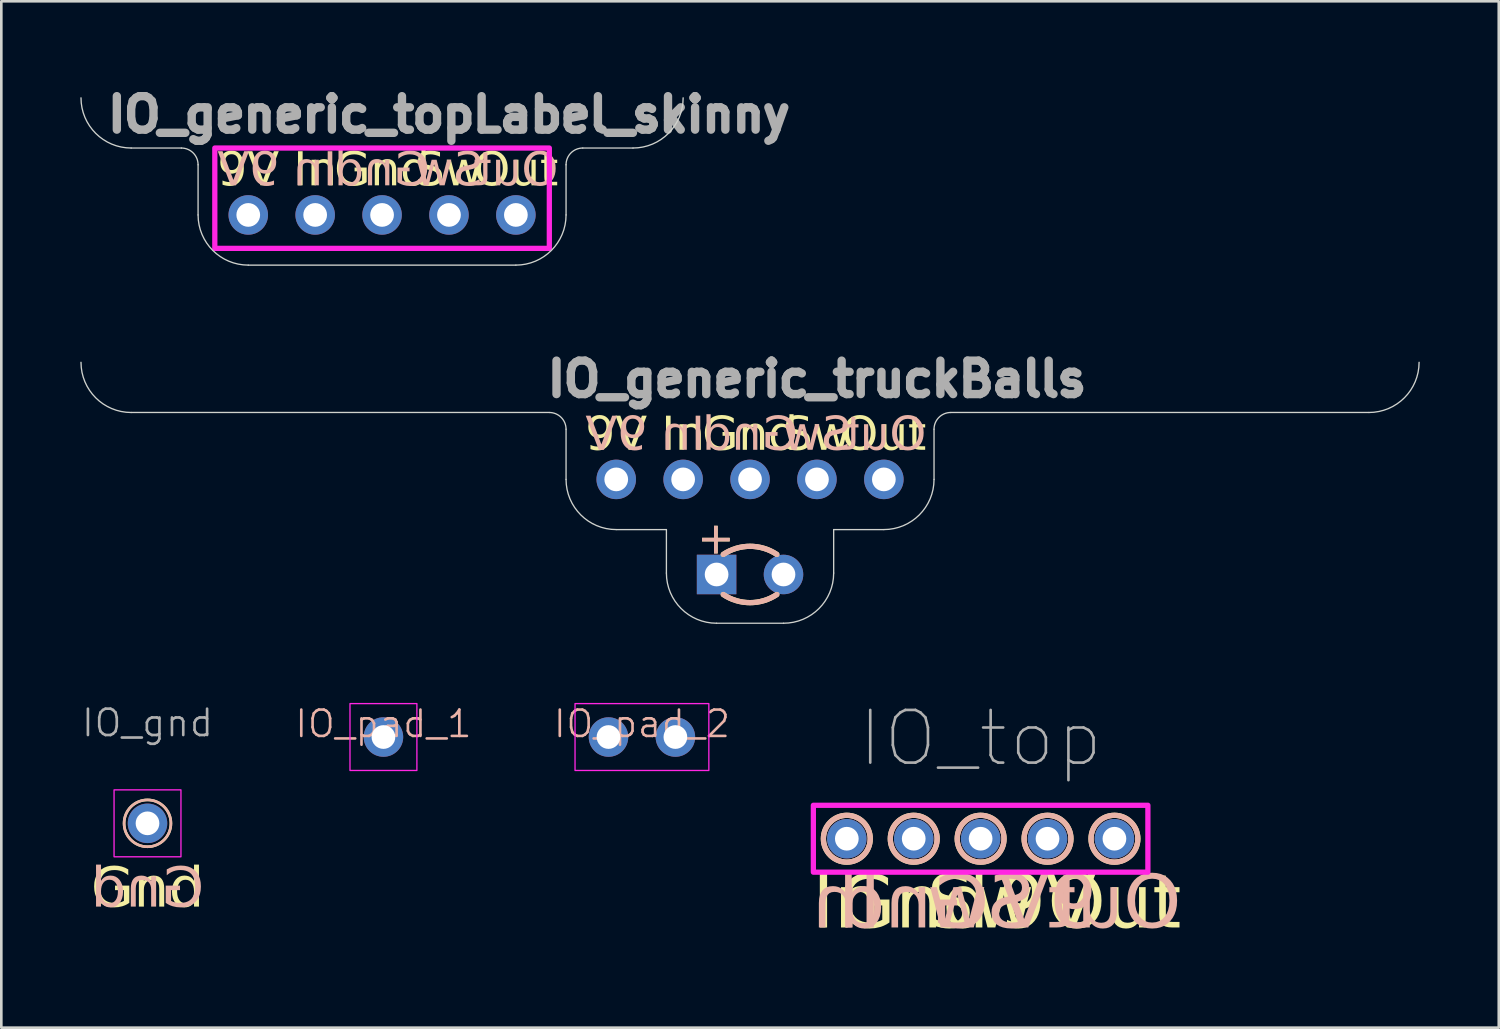
<source format=kicad_pcb>
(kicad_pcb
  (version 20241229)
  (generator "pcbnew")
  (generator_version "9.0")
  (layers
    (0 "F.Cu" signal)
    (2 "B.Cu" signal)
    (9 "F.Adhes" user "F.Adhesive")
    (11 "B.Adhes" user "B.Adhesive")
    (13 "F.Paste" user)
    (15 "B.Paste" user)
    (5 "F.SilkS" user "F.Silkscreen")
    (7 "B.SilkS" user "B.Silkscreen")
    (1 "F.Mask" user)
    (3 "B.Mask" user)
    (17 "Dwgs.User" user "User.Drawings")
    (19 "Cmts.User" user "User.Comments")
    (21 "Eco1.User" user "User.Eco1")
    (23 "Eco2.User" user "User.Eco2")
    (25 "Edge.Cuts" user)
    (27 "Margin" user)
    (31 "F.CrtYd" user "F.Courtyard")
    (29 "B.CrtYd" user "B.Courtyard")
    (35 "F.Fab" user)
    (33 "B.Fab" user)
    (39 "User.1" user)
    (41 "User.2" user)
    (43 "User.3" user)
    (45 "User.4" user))
  (footprint "IO_gnd"
    (layer "F.Cu")
    (at 2.55 28.207)
    (property "Reference" "IO_gnd" (at 0 -3.81 0) (unlocked yes) (layer "F.Fab") (effects (font (size 1 1) (thickness 0.1))))
    (attr through_hole)
    (fp_circle (center 0 0) (end -0.889 0) (stroke (width 0.1) (type default)) (fill no) (layer "F.SilkS"))
    (fp_circle (center 0 0) (end 0.889 0) (stroke (width 0.1) (type default)) (fill no) (layer "B.SilkS"))
    (fp_rect (start -1.27 -1.27) (end 1.27 1.27) (stroke (width 0.05) (type default)) (fill no) (layer "F.CrtYd"))
    (fp_text user "Gnd" (at 0 2.54 0) (unlocked yes) (layer "F.SilkS") (effects (font (face "Milk Run") (size 1.5 1.5) (thickness 0.15))))
    (fp_text user "Gnd" (at 0 2.54 0) (layer "B.SilkS") (effects (font (face "Milk Run") (size 1.5 1.5) (thickness 0.15)) (justify mirror)))
    (pad "1" thru_hole circle (at 0 0) (size 1.5 1.5) (drill 0.9) (layers "*.Cu" "*.Mask")))
  (footprint "IO_pad_1"
    (layer "F.Cu")
    (at 11.507 24.931)
    (property "Reference" "IO_pad_1" (at 0 -0.5 0) (unlocked yes) (layer "B.SilkS") (effects (font (size 1 1) (thickness 0.1))))
    (attr through_hole)
    (fp_rect (start -1.27 -1.27) (end 1.27 1.27) (stroke (width 0.05) (type solid)) (fill no) (layer "F.CrtYd"))
    (pad "1" thru_hole circle (at 0 0) (size 1.5 1.5) (drill 0.9) (layers "*.Cu" "*.Mask")))
  (footprint "IO_top"
    (layer "F.Cu")
    (at 34.179 28.792)
    (property "Reference" "IO_top" (at 0 -3.81 0) (unlocked yes) (layer "F.Fab") (effects (font (size 2 2) (thickness 0.1))))
    (attr through_hole)
    (fp_circle (center -5.08 0) (end -5.969 0) (stroke (width 0.2) (type default)) (fill no) (layer "F.SilkS"))
    (fp_circle (center -2.54 0) (end -3.429 0) (stroke (width 0.2) (type default)) (fill no) (layer "F.SilkS"))
    (fp_circle (center 0 0) (end -0.889 0) (stroke (width 0.2) (type default)) (fill no) (layer "F.SilkS"))
    (fp_circle (center 2.54 0) (end 1.651 0) (stroke (width 0.2) (type default)) (fill no) (layer "F.SilkS"))
    (fp_circle (center 5.08 0) (end 4.191 0) (stroke (width 0.2) (type default)) (fill no) (layer "F.SilkS"))
    (fp_circle (center -5.08 0) (end -4.191 0) (stroke (width 0.2) (type default)) (fill no) (layer "B.SilkS"))
    (fp_circle (center -2.54 0) (end -1.651 0) (stroke (width 0.2) (type default)) (fill no) (layer "B.SilkS"))
    (fp_circle (center 0 0) (end 0.889 0) (stroke (width 0.2) (type default)) (fill no) (layer "B.SilkS"))
    (fp_circle (center 2.54 0) (end 3.429 0) (stroke (width 0.2) (type default)) (fill no) (layer "B.SilkS"))
    (fp_circle (center 5.08 0) (end 5.969 0) (stroke (width 0.2) (type default)) (fill no) (layer "B.SilkS"))
    (fp_rect (start -6.35 -1.27) (end 6.35 1.27) (stroke (width 0.2) (type default)) (fill no) (layer "F.CrtYd"))
    (fp_text user "9V" (at 2.54 2.54 0) (unlocked yes) (layer "F.SilkS") (effects (font (face "Milk Run") (size 2 2) (thickness 0.15))))
    (fp_text user "Gnd" (at -2.54 2.54 0) (unlocked yes) (layer "F.SilkS") (effects (font (face "Milk Run") (size 2 2) (thickness 0.15))))
    (fp_text user "In" (at -5.08 2.54 0) (unlocked yes) (layer "F.SilkS") (effects (font (face "Milk Run") (size 2 2) (thickness 0.15))))
    (fp_text user "Out" (at 5.08 2.54 0) (unlocked yes) (layer "F.SilkS") (effects (font (face "Milk Run") (size 2 2) (thickness 0.15))))
    (fp_text user "Sw" (at 0 2.54 0) (unlocked yes) (layer "F.SilkS") (effects (font (face "Milk Run") (size 2 2) (thickness 0.15))))
    (fp_text user "Sw" (at 0 2.54 0) (unlocked yes) (layer "B.SilkS") (effects (font (face "Milk Run") (size 2 2) (thickness 0.15)) (justify mirror)))
    (fp_text user "In" (at -5.08 2.54 0) (unlocked yes) (layer "B.SilkS") (effects (font (face "Milk Run") (size 2 2) (thickness 0.15)) (justify mirror)))
    (fp_text user "9V" (at 2.54 2.54 0) (unlocked yes) (layer "B.SilkS") (effects (font (face "Milk Run") (size 2 2) (thickness 0.15)) (justify mirror)))
    (fp_text user "Gnd" (at -2.54 2.54 0) (unlocked yes) (layer "B.SilkS") (effects (font (face "Milk Run") (size 2 2) (thickness 0.15)) (justify mirror)))
    (fp_text user "Out" (at 5.08 2.54 0) (unlocked yes) (layer "B.SilkS") (effects (font (face "Milk Run") (size 2 2) (thickness 0.15)) (justify mirror)))
    (pad "1" thru_hole circle (at -5.08 0) (size 1.5 1.5) (drill 0.9) (layers "*.Cu" "*.Mask"))
    (pad "2" thru_hole circle (at -2.54 0) (size 1.5 1.5) (drill 0.9) (layers "*.Cu" "*.Mask"))
    (pad "3" thru_hole circle (at 0 0) (size 1.5 1.5) (drill 0.9) (layers "*.Cu" "*.Mask"))
    (pad "4" thru_hole circle (at 2.54 0) (size 1.5 1.5) (drill 0.9) (layers "*.Cu" "*.Mask"))
    (pad "5" thru_hole circle (at 5.08 0) (size 1.5 1.5) (drill 0.9) (layers "*.Cu" "*.Mask")))
  (footprint "IO_generic_truckBalls"
    (layer "F.Cu")
    (at 25.425 15.15)
    (property "Reference" "IO_generic_truckBalls" (at 2.54 -3.81 0) (unlocked yes) (layer "F.Fab") (effects (font (size 1.27 1.27) (thickness 0.318))))
    (attr through_hole)
    (fp_arc (start -1.016 2.84762) (mid 0 2.54) (end 1.016 2.84762) (stroke (width 0.2) (type default)) (layer "F.SilkS"))
    (fp_arc (start 1.016 4.37162) (mid 0 4.67924) (end -1.016 4.37162) (stroke (width 0.2) (type default)) (layer "F.SilkS"))
    (fp_arc (start -1.016 2.84762) (mid 0 2.54) (end 1.016 2.84762) (stroke (width 0.2) (type default)) (layer "B.SilkS"))
    (fp_arc (start 1.016 4.37162) (mid 0 4.67924) (end -1.016 4.37162) (stroke (width 0.2) (type default)) (layer "B.SilkS"))
    (fp_line (start -7.62 -2.54) (end -23.495 -2.54) (stroke (width 0.05) (type default)) (layer "Edge.Cuts"))
    (fp_line (start -6.985 0) (end -6.985 -1.905) (stroke (width 0.05) (type default)) (layer "Edge.Cuts"))
    (fp_line (start -3.175 1.905) (end -5.08 1.905) (stroke (width 0.05) (type default)) (layer "Edge.Cuts"))
    (fp_line (start -3.175 3.556) (end -3.175 1.905) (stroke (width 0.05) (type default)) (layer "Edge.Cuts"))
    (fp_line (start 1.27 5.461) (end -1.27 5.461) (stroke (width 0.05) (type default)) (layer "Edge.Cuts"))
    (fp_line (start 3.175 3.556) (end 3.175 1.905) (stroke (width 0.05) (type default)) (layer "Edge.Cuts"))
    (fp_line (start 5.08 1.905) (end 3.175 1.905) (stroke (width 0.05) (type default)) (layer "Edge.Cuts"))
    (fp_line (start 6.985 -1.905) (end 6.985 0) (stroke (width 0.05) (type default)) (layer "Edge.Cuts"))
    (fp_line (start 23.495 -2.54) (end 7.62 -2.54) (stroke (width 0.05) (type default)) (layer "Edge.Cuts"))
    (fp_arc (start -23.495 -2.54) (mid -24.842038 -3.097962) (end -25.4 -4.445) (stroke (width 0.05) (type default)) (layer "Edge.Cuts"))
    (fp_arc (start -7.62 -2.54) (mid -7.170987 -2.354013) (end -6.985 -1.905) (stroke (width 0.05) (type default)) (layer "Edge.Cuts"))
    (fp_arc (start -5.08 1.905) (mid -6.427038 1.347038) (end -6.985 0) (stroke (width 0.05) (type default)) (layer "Edge.Cuts"))
    (fp_arc (start -1.27 5.461) (mid -2.617038 4.903038) (end -3.175 3.556) (stroke (width 0.05) (type default)) (layer "Edge.Cuts"))
    (fp_arc (start 3.175 3.556) (mid 2.617038 4.903038) (end 1.27 5.461) (stroke (width 0.05) (type default)) (layer "Edge.Cuts"))
    (fp_arc (start 6.985 -1.905) (mid 7.170987 -2.354013) (end 7.62 -2.54) (stroke (width 0.05) (type default)) (layer "Edge.Cuts"))
    (fp_arc (start 6.985 0) (mid 6.427038 1.347038) (end 5.08 1.905) (stroke (width 0.05) (type default)) (layer "Edge.Cuts"))
    (fp_arc (start 25.4 -4.445) (mid 24.842038 -3.097962) (end 23.495 -2.54) (stroke (width 0.05) (type default)) (layer "Edge.Cuts"))
    (fp_text user "9V" (at -5.08 -1.651 0) (unlocked yes) (layer "F.SilkS") (effects (font (face "Milk Run") (size 1.27 1.27) (thickness 1.27))))
    (fp_text user "Gnd" (at 0 -1.651 0) (unlocked yes) (layer "F.SilkS") (effects (font (face "Milk Run") (size 1.27 1.27) (thickness 1.27))))
    (fp_text user "+" (at -1.27 2.286 90) (unlocked yes) (layer "F.SilkS") (effects (font (face "Milk Run") (size 1.2 1.2) (thickness 0.1))))
    (fp_text user "Out" (at 5.08 -1.651 0) (unlocked yes) (layer "F.SilkS") (effects (font (face "Milk Run") (size 1.27 1.27) (thickness 1.27))))
    (fp_text user "In" (at -2.54 -1.651 0) (unlocked yes) (layer "F.SilkS") (effects (font (face "Milk Run") (size 1.27 1.27) (thickness 1.27))))
    (fp_text user "Sw" (at 2.54 -1.651 0) (unlocked yes) (layer "F.SilkS") (effects (font (face "Milk Run") (size 1.27 1.27) (thickness 1.27))))
    (fp_text user "In" (at -2.54 -1.651 0) (unlocked yes) (layer "B.SilkS") (effects (font (face "Milk Run") (size 1.27 1.27) (thickness 1.27)) (justify mirror)))
    (fp_text user "+" (at -1.27 2.286 90) (unlocked yes) (layer "B.SilkS") (effects (font (face "Milk Run") (size 1.2 1.2) (thickness 0.1)) (justify mirror)))
    (fp_text user "Sw" (at 2.54 -1.651 0) (unlocked yes) (layer "B.SilkS") (effects (font (face "Milk Run") (size 1.27 1.27) (thickness 1.27)) (justify mirror)))
    (fp_text user "9V" (at -5.08 -1.651 0) (unlocked yes) (layer "B.SilkS") (effects (font (face "Milk Run") (size 1.27 1.27) (thickness 1.27)) (justify mirror)))
    (fp_text user "Gnd" (at 0 -1.651 0) (unlocked yes) (layer "B.SilkS") (effects (font (face "Milk Run") (size 1.27 1.27) (thickness 1.27)) (justify mirror)))
    (fp_text user "Out" (at 5.08 -1.651 0) (unlocked yes) (layer "B.SilkS") (effects (font (face "Milk Run") (size 1.27 1.27) (thickness 1.27)) (justify mirror)))
    (pad "1" thru_hole circle (at -5.08 0) (size 1.5 1.5) (drill 0.9) (layers "*.Cu" "*.Mask"))
    (pad "2" thru_hole circle (at -2.54 0) (size 1.5 1.5) (drill 0.9) (layers "*.Cu" "*.Mask"))
    (pad "3" thru_hole circle (at 0 0) (size 1.5 1.5) (drill 0.9) (layers "*.Cu" "*.Mask"))
    (pad "4" thru_hole circle (at 1.27 3.61) (size 1.5 1.5) (drill 0.9) (layers "*.Cu" "*.Mask"))
    (pad "4" thru_hole circle (at 2.54 0) (size 1.5 1.5) (drill 0.9) (layers "*.Cu" "*.Mask"))
    (pad "5" thru_hole circle (at 5.08 0) (size 1.5 1.5) (drill 0.9) (layers "*.Cu" "*.Mask"))
    (pad "6" thru_hole rect (at -1.27 3.61) (size 1.5 1.5) (drill 0.9) (layers "*.Cu" "*.Mask")))
  (footprint "IO_generic_topLabel_skinny"
    (layer "F.Cu")
    (at 11.455 5.11)
    (property "Reference" "IO_generic_topLabel_skinny" (at 2.54 -3.81 0) (unlocked yes) (layer "F.Fab") (effects (font (size 1.27 1.27) (thickness 0.318))))
    (attr through_hole)
    (fp_line (start -7.62 -2.54) (end -9.525 -2.54) (stroke (width 0.05) (type default)) (layer "Edge.Cuts"))
    (fp_line (start -6.985 0) (end -6.985 -1.905) (stroke (width 0.05) (type default)) (layer "Edge.Cuts"))
    (fp_line (start 5.08 1.905) (end -5.08 1.905) (stroke (width 0.05) (type default)) (layer "Edge.Cuts"))
    (fp_line (start 6.985 -1.905) (end 6.985 0) (stroke (width 0.05) (type default)) (layer "Edge.Cuts"))
    (fp_line (start 9.525 -2.54) (end 7.62 -2.54) (stroke (width 0.05) (type default)) (layer "Edge.Cuts"))
    (fp_arc (start -9.525001 -2.54) (mid -10.872039 -3.097962) (end -11.430001 -4.445) (stroke (width 0.05) (type default)) (layer "Edge.Cuts"))
    (fp_arc (start -7.62 -2.54) (mid -7.170987 -2.354013) (end -6.985 -1.905) (stroke (width 0.05) (type default)) (layer "Edge.Cuts"))
    (fp_arc (start -5.08 1.905) (mid -6.427038 1.347038) (end -6.985 0) (stroke (width 0.05) (type default)) (layer "Edge.Cuts"))
    (fp_arc (start 6.985 -1.905) (mid 7.170987 -2.354013) (end 7.62 -2.54) (stroke (width 0.05) (type default)) (layer "Edge.Cuts"))
    (fp_arc (start 6.985 0) (mid 6.427038 1.347038) (end 5.08 1.905) (stroke (width 0.05) (type default)) (layer "Edge.Cuts"))
    (fp_arc (start 11.43 -4.445) (mid 10.872038 -3.097962) (end 9.525 -2.54) (stroke (width 0.05) (type default)) (layer "Edge.Cuts"))
    (fp_rect (start -6.35 -2.54) (end 6.35 1.27) (stroke (width 0.2) (type default)) (fill no) (layer "F.CrtYd"))
    (fp_text user "Sw" (at 2.54 -1.651 0) (unlocked yes) (layer "F.SilkS") (effects (font (face "Milk Run") (size 1.27 1.27) (thickness 1.27))))
    (fp_text user "Out" (at 5.08 -1.651 0) (unlocked yes) (layer "F.SilkS") (effects (font (face "Milk Run") (size 1.27 1.27) (thickness 1.27))))
    (fp_text user "Gnd" (at 0 -1.651 0) (unlocked yes) (layer "F.SilkS") (effects (font (face "Milk Run") (size 1.27 1.27) (thickness 1.27))))
    (fp_text user "In" (at -2.54 -1.651 0) (unlocked yes) (layer "F.SilkS") (effects (font (face "Milk Run") (size 1.27 1.27) (thickness 1.27))))
    (fp_text user "9V" (at -5.08 -1.651 0) (unlocked yes) (layer "F.SilkS") (effects (font (face "Milk Run") (size 1.27 1.27) (thickness 1.27))))
    (fp_text user "Out" (at 5.08 -1.651 0) (unlocked yes) (layer "B.SilkS") (effects (font (face "Milk Run") (size 1.27 1.27) (thickness 1.27)) (justify mirror)))
    (fp_text user "9V" (at -5.08 -1.651 0) (unlocked yes) (layer "B.SilkS") (effects (font (face "Milk Run") (size 1.27 1.27) (thickness 1.27)) (justify mirror)))
    (fp_text user "In" (at -2.54 -1.651 0) (unlocked yes) (layer "B.SilkS") (effects (font (face "Milk Run") (size 1.27 1.27) (thickness 1.27)) (justify mirror)))
    (fp_text user "Sw" (at 2.54 -1.651 0) (unlocked yes) (layer "B.SilkS") (effects (font (face "Milk Run") (size 1.27 1.27) (thickness 1.27)) (justify mirror)))
    (fp_text user "Gnd" (at 0 -1.651 0) (unlocked yes) (layer "B.SilkS") (effects (font (face "Milk Run") (size 1.27 1.27) (thickness 1.27)) (justify mirror)))
    (pad "1" thru_hole circle (at -5.08 0) (size 1.5 1.5) (drill 0.9) (layers "*.Cu" "*.Mask"))
    (pad "2" thru_hole circle (at -2.54 0) (size 1.5 1.5) (drill 0.9) (layers "*.Cu" "*.Mask"))
    (pad "3" thru_hole circle (at 0 0) (size 1.5 1.5) (drill 0.9) (layers "*.Cu" "*.Mask"))
    (pad "4" thru_hole circle (at 2.54 0) (size 1.5 1.5) (drill 0.9) (layers "*.Cu" "*.Mask"))
    (pad "5" thru_hole circle (at 5.08 0) (size 1.5 1.5) (drill 0.9) (layers "*.Cu" "*.Mask")))
  (footprint "IO_pad_2"
    (layer "F.Cu")
    (at 21.321 24.931)
    (property "Reference" "IO_pad_2" (at 0 -0.5 0) (unlocked yes) (layer "B.SilkS") (effects (font (size 1 1) (thickness 0.1))))
    (attr through_hole)
    (fp_rect (start -2.54 -1.27) (end 2.54 1.27) (stroke (width 0.05) (type default)) (fill no) (layer "F.CrtYd"))
    (pad "1" thru_hole circle (at -1.27 0) (size 1.5 1.5) (drill 0.9) (layers "*.Cu" "*.Mask"))
    (pad "2" thru_hole circle (at 1.27 0) (size 1.5 1.5) (drill 0.9) (layers "*.Cu" "*.Mask")))
  (gr_rect
    (start -3 -3)
    (end 53.85 35.965)
    (stroke (width 0.1) (type default))
    (fill no)
    (layer "Edge.Cuts")))
</source>
